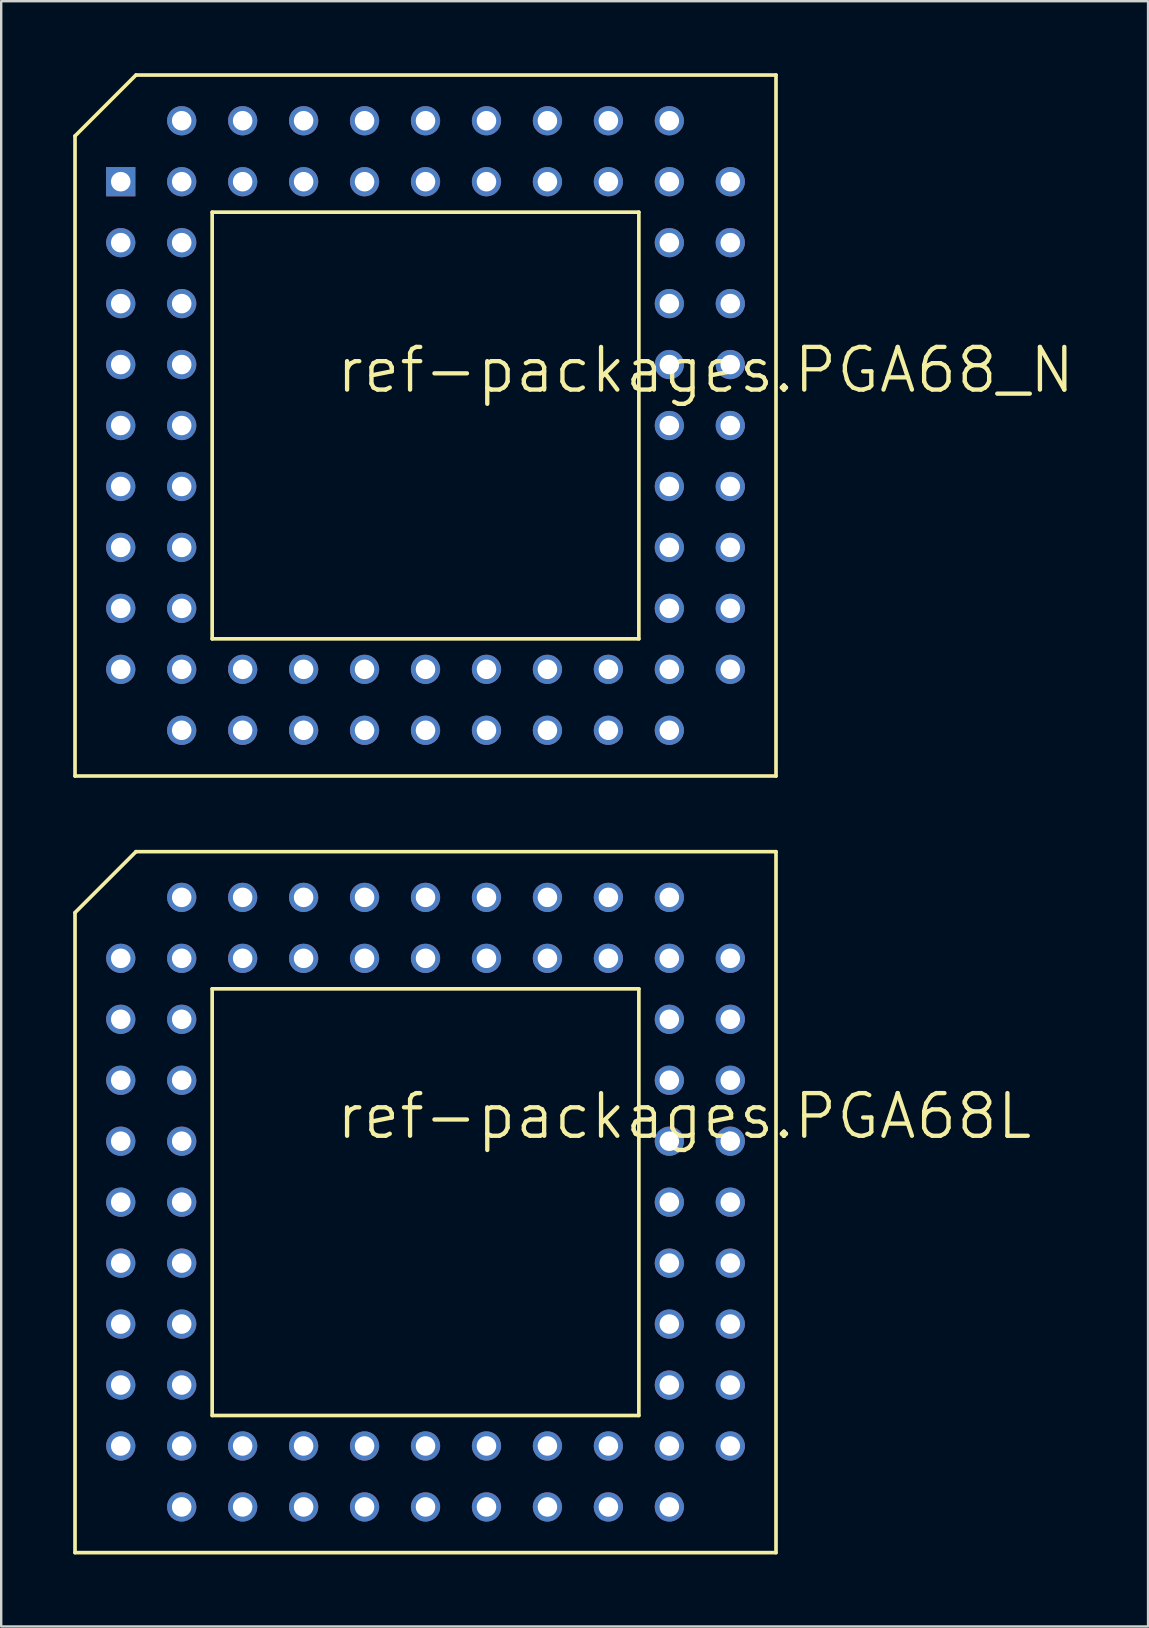
<source format=kicad_pcb>
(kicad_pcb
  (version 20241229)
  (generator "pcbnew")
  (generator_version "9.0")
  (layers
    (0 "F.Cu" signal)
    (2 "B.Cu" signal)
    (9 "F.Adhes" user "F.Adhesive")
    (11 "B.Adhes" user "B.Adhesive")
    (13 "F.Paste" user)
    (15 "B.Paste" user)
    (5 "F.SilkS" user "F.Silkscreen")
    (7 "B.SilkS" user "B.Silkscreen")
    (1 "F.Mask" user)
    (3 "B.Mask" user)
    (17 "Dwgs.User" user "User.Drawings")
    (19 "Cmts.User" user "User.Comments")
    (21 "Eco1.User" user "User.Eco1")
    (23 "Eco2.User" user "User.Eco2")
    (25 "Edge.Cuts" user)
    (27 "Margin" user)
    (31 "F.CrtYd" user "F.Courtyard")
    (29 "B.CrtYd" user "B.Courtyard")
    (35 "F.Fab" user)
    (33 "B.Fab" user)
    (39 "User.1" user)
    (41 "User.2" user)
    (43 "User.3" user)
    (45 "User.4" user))
  (footprint "ref-packages.PGA68_N"
    (layer "F.Cu")
    (at 14.681 14.681)
    (property "Reference" "ref-packages.PGA68_N" (at -3.81 -1.27 0) (layer "F.SilkS") (effects (font (size 1.778 1.778) (thickness 0.18)) (justify left bottom)))
    (attr through_hole)
    (fp_line (start -14.605 -12.065) (end -12.065 -14.605) (stroke (width 0.152) (type default)) (layer "F.SilkS"))
    (fp_line (start -14.605 14.605) (end -14.605 -12.065) (stroke (width 0.152) (type default)) (layer "F.SilkS"))
    (fp_line (start -12.065 -14.605) (end 14.605 -14.605) (stroke (width 0.152) (type default)) (layer "F.SilkS"))
    (fp_line (start -8.89 8.89) (end -8.89 -8.89) (stroke (width 0.152) (type default)) (layer "F.SilkS"))
    (fp_line (start -8.89 8.89) (end 8.89 8.89) (stroke (width 0.152) (type default)) (layer "F.SilkS"))
    (fp_line (start 8.89 -8.89) (end -8.89 -8.89) (stroke (width 0.152) (type default)) (layer "F.SilkS"))
    (fp_line (start 8.89 -8.89) (end 8.89 8.89) (stroke (width 0.152) (type default)) (layer "F.SilkS"))
    (fp_line (start 14.605 -14.605) (end 14.605 14.605) (stroke (width 0.152) (type default)) (layer "F.SilkS"))
    (fp_line (start 14.605 14.605) (end -14.605 14.605) (stroke (width 0.152) (type default)) (layer "F.SilkS"))
    (pad "1" thru_hole rect (at -12.7 -10.16 270) (size 1.219 1.219) (drill 0.813) (layers "*.Cu" "*.Mask"))
    (pad "2" thru_hole circle (at -10.16 -10.16 270) (size 1.219 1.219) (drill 0.813) (layers "*.Cu" "*.Mask"))
    (pad "3" thru_hole circle (at -12.7 -7.62 270) (size 1.219 1.219) (drill 0.813) (layers "*.Cu" "*.Mask"))
    (pad "4" thru_hole circle (at -10.16 -7.62 270) (size 1.219 1.219) (drill 0.813) (layers "*.Cu" "*.Mask"))
    (pad "5" thru_hole circle (at -12.7 -5.08 270) (size 1.219 1.219) (drill 0.813) (layers "*.Cu" "*.Mask"))
    (pad "6" thru_hole circle (at -10.16 -5.08 270) (size 1.219 1.219) (drill 0.813) (layers "*.Cu" "*.Mask"))
    (pad "7" thru_hole circle (at -12.7 -2.54 270) (size 1.219 1.219) (drill 0.813) (layers "*.Cu" "*.Mask"))
    (pad "8" thru_hole circle (at -10.16 -2.54 270) (size 1.219 1.219) (drill 0.813) (layers "*.Cu" "*.Mask"))
    (pad "9" thru_hole circle (at -12.7 0 270) (size 1.219 1.219) (drill 0.813) (layers "*.Cu" "*.Mask"))
    (pad "10" thru_hole circle (at -10.16 0 270) (size 1.219 1.219) (drill 0.813) (layers "*.Cu" "*.Mask"))
    (pad "11" thru_hole circle (at -12.7 2.54 270) (size 1.219 1.219) (drill 0.813) (layers "*.Cu" "*.Mask"))
    (pad "12" thru_hole circle (at -10.16 2.54 270) (size 1.219 1.219) (drill 0.813) (layers "*.Cu" "*.Mask"))
    (pad "13" thru_hole circle (at -12.7 5.08 270) (size 1.219 1.219) (drill 0.813) (layers "*.Cu" "*.Mask"))
    (pad "14" thru_hole circle (at -10.16 5.08 270) (size 1.219 1.219) (drill 0.813) (layers "*.Cu" "*.Mask"))
    (pad "15" thru_hole circle (at -12.7 7.62 270) (size 1.219 1.219) (drill 0.813) (layers "*.Cu" "*.Mask"))
    (pad "16" thru_hole circle (at -10.16 7.62 270) (size 1.219 1.219) (drill 0.813) (layers "*.Cu" "*.Mask"))
    (pad "17" thru_hole circle (at -12.7 10.16 270) (size 1.219 1.219) (drill 0.813) (layers "*.Cu" "*.Mask"))
    (pad "18" thru_hole circle (at -10.16 12.7 270) (size 1.219 1.219) (drill 0.813) (layers "*.Cu" "*.Mask"))
    (pad "19" thru_hole circle (at -10.16 10.16 270) (size 1.219 1.219) (drill 0.813) (layers "*.Cu" "*.Mask"))
    (pad "20" thru_hole circle (at -7.62 12.7 270) (size 1.219 1.219) (drill 0.813) (layers "*.Cu" "*.Mask"))
    (pad "21" thru_hole circle (at -7.62 10.16 270) (size 1.219 1.219) (drill 0.813) (layers "*.Cu" "*.Mask"))
    (pad "22" thru_hole circle (at -5.08 12.7 270) (size 1.219 1.219) (drill 0.813) (layers "*.Cu" "*.Mask"))
    (pad "23" thru_hole circle (at -5.08 10.16 270) (size 1.219 1.219) (drill 0.813) (layers "*.Cu" "*.Mask"))
    (pad "24" thru_hole circle (at -2.54 12.7 270) (size 1.219 1.219) (drill 0.813) (layers "*.Cu" "*.Mask"))
    (pad "25" thru_hole circle (at -2.54 10.16 270) (size 1.219 1.219) (drill 0.813) (layers "*.Cu" "*.Mask"))
    (pad "26" thru_hole circle (at 0 12.7 270) (size 1.219 1.219) (drill 0.813) (layers "*.Cu" "*.Mask"))
    (pad "27" thru_hole circle (at 0 10.16 270) (size 1.219 1.219) (drill 0.813) (layers "*.Cu" "*.Mask"))
    (pad "28" thru_hole circle (at 2.54 12.7 270) (size 1.219 1.219) (drill 0.813) (layers "*.Cu" "*.Mask"))
    (pad "29" thru_hole circle (at 2.54 10.16 270) (size 1.219 1.219) (drill 0.813) (layers "*.Cu" "*.Mask"))
    (pad "30" thru_hole circle (at 5.08 12.7 270) (size 1.219 1.219) (drill 0.813) (layers "*.Cu" "*.Mask"))
    (pad "31" thru_hole circle (at 5.08 10.16 270) (size 1.219 1.219) (drill 0.813) (layers "*.Cu" "*.Mask"))
    (pad "32" thru_hole circle (at 7.62 12.7 270) (size 1.219 1.219) (drill 0.813) (layers "*.Cu" "*.Mask"))
    (pad "33" thru_hole circle (at 7.62 10.16 270) (size 1.219 1.219) (drill 0.813) (layers "*.Cu" "*.Mask"))
    (pad "34" thru_hole circle (at 10.16 12.7 270) (size 1.219 1.219) (drill 0.813) (layers "*.Cu" "*.Mask"))
    (pad "35" thru_hole circle (at 12.7 10.16 270) (size 1.219 1.219) (drill 0.813) (layers "*.Cu" "*.Mask"))
    (pad "36" thru_hole circle (at 10.16 10.16 270) (size 1.219 1.219) (drill 0.813) (layers "*.Cu" "*.Mask"))
    (pad "37" thru_hole circle (at 12.7 7.62 270) (size 1.219 1.219) (drill 0.813) (layers "*.Cu" "*.Mask"))
    (pad "38" thru_hole circle (at 10.16 7.62 270) (size 1.219 1.219) (drill 0.813) (layers "*.Cu" "*.Mask"))
    (pad "39" thru_hole circle (at 12.7 5.08 270) (size 1.219 1.219) (drill 0.813) (layers "*.Cu" "*.Mask"))
    (pad "40" thru_hole circle (at 10.16 5.08 270) (size 1.219 1.219) (drill 0.813) (layers "*.Cu" "*.Mask"))
    (pad "41" thru_hole circle (at 12.7 2.54 270) (size 1.219 1.219) (drill 0.813) (layers "*.Cu" "*.Mask"))
    (pad "42" thru_hole circle (at 10.16 2.54 270) (size 1.219 1.219) (drill 0.813) (layers "*.Cu" "*.Mask"))
    (pad "43" thru_hole circle (at 12.7 0 270) (size 1.219 1.219) (drill 0.813) (layers "*.Cu" "*.Mask"))
    (pad "44" thru_hole circle (at 10.16 0 270) (size 1.219 1.219) (drill 0.813) (layers "*.Cu" "*.Mask"))
    (pad "45" thru_hole circle (at 12.7 -2.54 270) (size 1.219 1.219) (drill 0.813) (layers "*.Cu" "*.Mask"))
    (pad "46" thru_hole circle (at 10.16 -2.54 270) (size 1.219 1.219) (drill 0.813) (layers "*.Cu" "*.Mask"))
    (pad "47" thru_hole circle (at 12.7 -5.08 270) (size 1.219 1.219) (drill 0.813) (layers "*.Cu" "*.Mask"))
    (pad "48" thru_hole circle (at 10.16 -5.08 270) (size 1.219 1.219) (drill 0.813) (layers "*.Cu" "*.Mask"))
    (pad "49" thru_hole circle (at 12.7 -7.62 270) (size 1.219 1.219) (drill 0.813) (layers "*.Cu" "*.Mask"))
    (pad "50" thru_hole circle (at 10.16 -7.62 270) (size 1.219 1.219) (drill 0.813) (layers "*.Cu" "*.Mask"))
    (pad "51" thru_hole circle (at 12.7 -10.16 270) (size 1.219 1.219) (drill 0.813) (layers "*.Cu" "*.Mask"))
    (pad "52" thru_hole circle (at 10.16 -12.7 270) (size 1.219 1.219) (drill 0.813) (layers "*.Cu" "*.Mask"))
    (pad "53" thru_hole circle (at 10.16 -10.16 270) (size 1.219 1.219) (drill 0.813) (layers "*.Cu" "*.Mask"))
    (pad "54" thru_hole circle (at 7.62 -12.7 270) (size 1.219 1.219) (drill 0.813) (layers "*.Cu" "*.Mask"))
    (pad "55" thru_hole circle (at 7.62 -10.16 270) (size 1.219 1.219) (drill 0.813) (layers "*.Cu" "*.Mask"))
    (pad "56" thru_hole circle (at 5.08 -12.7 270) (size 1.219 1.219) (drill 0.813) (layers "*.Cu" "*.Mask"))
    (pad "57" thru_hole circle (at 5.08 -10.16 270) (size 1.219 1.219) (drill 0.813) (layers "*.Cu" "*.Mask"))
    (pad "58" thru_hole circle (at 2.54 -12.7 270) (size 1.219 1.219) (drill 0.813) (layers "*.Cu" "*.Mask"))
    (pad "59" thru_hole circle (at 2.54 -10.16 270) (size 1.219 1.219) (drill 0.813) (layers "*.Cu" "*.Mask"))
    (pad "60" thru_hole circle (at 0 -12.7 270) (size 1.219 1.219) (drill 0.813) (layers "*.Cu" "*.Mask"))
    (pad "61" thru_hole circle (at 0 -10.16 270) (size 1.219 1.219) (drill 0.813) (layers "*.Cu" "*.Mask"))
    (pad "62" thru_hole circle (at -2.54 -12.7 270) (size 1.219 1.219) (drill 0.813) (layers "*.Cu" "*.Mask"))
    (pad "63" thru_hole circle (at -2.54 -10.16 270) (size 1.219 1.219) (drill 0.813) (layers "*.Cu" "*.Mask"))
    (pad "64" thru_hole circle (at -5.08 -12.7 270) (size 1.219 1.219) (drill 0.813) (layers "*.Cu" "*.Mask"))
    (pad "65" thru_hole circle (at -5.08 -10.16 270) (size 1.219 1.219) (drill 0.813) (layers "*.Cu" "*.Mask"))
    (pad "66" thru_hole circle (at -7.62 -12.7 270) (size 1.219 1.219) (drill 0.813) (layers "*.Cu" "*.Mask"))
    (pad "67" thru_hole circle (at -7.62 -10.16 270) (size 1.219 1.219) (drill 0.813) (layers "*.Cu" "*.Mask"))
    (pad "68" thru_hole circle (at -10.16 -12.7 270) (size 1.219 1.219) (drill 0.813) (layers "*.Cu" "*.Mask")))
  (footprint "ref-packages.PGA68L"
    (layer "F.Cu")
    (at 14.681 47.044)
    (property "Reference" "ref-packages.PGA68L" (at -3.81 -2.54 0) (layer "F.SilkS") (effects (font (size 1.778 1.778) (thickness 0.18)) (justify left bottom)))
    (attr through_hole)
    (fp_line (start -14.605 -12.065) (end -12.065 -14.605) (stroke (width 0.152) (type default)) (layer "F.SilkS"))
    (fp_line (start -14.605 14.605) (end -14.605 -12.065) (stroke (width 0.152) (type default)) (layer "F.SilkS"))
    (fp_line (start -12.065 -14.605) (end 14.605 -14.605) (stroke (width 0.152) (type default)) (layer "F.SilkS"))
    (fp_line (start -8.89 -8.89) (end -8.89 8.89) (stroke (width 0.152) (type default)) (layer "F.SilkS"))
    (fp_line (start -8.89 -8.89) (end 8.89 -8.89) (stroke (width 0.152) (type default)) (layer "F.SilkS"))
    (fp_line (start 8.89 8.89) (end -8.89 8.89) (stroke (width 0.152) (type default)) (layer "F.SilkS"))
    (fp_line (start 8.89 8.89) (end 8.89 -8.89) (stroke (width 0.152) (type default)) (layer "F.SilkS"))
    (fp_line (start 14.605 -14.605) (end 14.605 14.605) (stroke (width 0.152) (type default)) (layer "F.SilkS"))
    (fp_line (start 14.605 14.605) (end -14.605 14.605) (stroke (width 0.152) (type default)) (layer "F.SilkS"))
    (pad "A02" thru_hole circle (at -10.16 -12.7 90) (size 1.219 1.219) (drill 0.813) (layers "*.Cu" "*.Mask"))
    (pad "A03" thru_hole circle (at -7.62 -12.7 90) (size 1.219 1.219) (drill 0.813) (layers "*.Cu" "*.Mask"))
    (pad "A04" thru_hole circle (at -5.08 -12.7 90) (size 1.219 1.219) (drill 0.813) (layers "*.Cu" "*.Mask"))
    (pad "A05" thru_hole circle (at -2.54 -12.7 90) (size 1.219 1.219) (drill 0.813) (layers "*.Cu" "*.Mask"))
    (pad "A06" thru_hole circle (at 0 -12.7 90) (size 1.219 1.219) (drill 0.813) (layers "*.Cu" "*.Mask"))
    (pad "A07" thru_hole circle (at 2.54 -12.7 90) (size 1.219 1.219) (drill 0.813) (layers "*.Cu" "*.Mask"))
    (pad "A08" thru_hole circle (at 5.08 -12.7 90) (size 1.219 1.219) (drill 0.813) (layers "*.Cu" "*.Mask"))
    (pad "A09" thru_hole circle (at 7.62 -12.7 90) (size 1.219 1.219) (drill 0.813) (layers "*.Cu" "*.Mask"))
    (pad "A10" thru_hole circle (at 10.16 -12.7 90) (size 1.219 1.219) (drill 0.813) (layers "*.Cu" "*.Mask"))
    (pad "B01" thru_hole circle (at -12.7 -10.16 90) (size 1.219 1.219) (drill 0.813) (layers "*.Cu" "*.Mask"))
    (pad "B02" thru_hole circle (at -10.16 -10.16 90) (size 1.219 1.219) (drill 0.813) (layers "*.Cu" "*.Mask"))
    (pad "B03" thru_hole circle (at -7.62 -10.16 90) (size 1.219 1.219) (drill 0.813) (layers "*.Cu" "*.Mask"))
    (pad "B04" thru_hole circle (at -5.08 -10.16 90) (size 1.219 1.219) (drill 0.813) (layers "*.Cu" "*.Mask"))
    (pad "B05" thru_hole circle (at -2.54 -10.16 90) (size 1.219 1.219) (drill 0.813) (layers "*.Cu" "*.Mask"))
    (pad "B06" thru_hole circle (at 0 -10.16 90) (size 1.219 1.219) (drill 0.813) (layers "*.Cu" "*.Mask"))
    (pad "B07" thru_hole circle (at 2.54 -10.16 90) (size 1.219 1.219) (drill 0.813) (layers "*.Cu" "*.Mask"))
    (pad "B08" thru_hole circle (at 5.08 -10.16 90) (size 1.219 1.219) (drill 0.813) (layers "*.Cu" "*.Mask"))
    (pad "B09" thru_hole circle (at 7.62 -10.16 90) (size 1.219 1.219) (drill 0.813) (layers "*.Cu" "*.Mask"))
    (pad "B10" thru_hole circle (at 10.16 -10.16 90) (size 1.219 1.219) (drill 0.813) (layers "*.Cu" "*.Mask"))
    (pad "B11" thru_hole circle (at 12.7 -10.16 90) (size 1.219 1.219) (drill 0.813) (layers "*.Cu" "*.Mask"))
    (pad "C01" thru_hole circle (at -12.7 -7.62 90) (size 1.219 1.219) (drill 0.813) (layers "*.Cu" "*.Mask"))
    (pad "C02" thru_hole circle (at -10.16 -7.62 90) (size 1.219 1.219) (drill 0.813) (layers "*.Cu" "*.Mask"))
    (pad "C10" thru_hole circle (at 10.16 -7.62 90) (size 1.219 1.219) (drill 0.813) (layers "*.Cu" "*.Mask"))
    (pad "C11" thru_hole circle (at 12.7 -7.62 90) (size 1.219 1.219) (drill 0.813) (layers "*.Cu" "*.Mask"))
    (pad "D01" thru_hole circle (at -12.7 -5.08 90) (size 1.219 1.219) (drill 0.813) (layers "*.Cu" "*.Mask"))
    (pad "D02" thru_hole circle (at -10.16 -5.08 90) (size 1.219 1.219) (drill 0.813) (layers "*.Cu" "*.Mask"))
    (pad "D10" thru_hole circle (at 10.16 -5.08 90) (size 1.219 1.219) (drill 0.813) (layers "*.Cu" "*.Mask"))
    (pad "D11" thru_hole circle (at 12.7 -5.08 90) (size 1.219 1.219) (drill 0.813) (layers "*.Cu" "*.Mask"))
    (pad "E01" thru_hole circle (at -12.7 -2.54 90) (size 1.219 1.219) (drill 0.813) (layers "*.Cu" "*.Mask"))
    (pad "E02" thru_hole circle (at -10.16 -2.54 90) (size 1.219 1.219) (drill 0.813) (layers "*.Cu" "*.Mask"))
    (pad "E10" thru_hole circle (at 10.16 -2.54 90) (size 1.219 1.219) (drill 0.813) (layers "*.Cu" "*.Mask"))
    (pad "E11" thru_hole circle (at 12.7 -2.54 90) (size 1.219 1.219) (drill 0.813) (layers "*.Cu" "*.Mask"))
    (pad "F01" thru_hole circle (at -12.7 0 90) (size 1.219 1.219) (drill 0.813) (layers "*.Cu" "*.Mask"))
    (pad "F02" thru_hole circle (at -10.16 0 90) (size 1.219 1.219) (drill 0.813) (layers "*.Cu" "*.Mask"))
    (pad "F10" thru_hole circle (at 10.16 0 90) (size 1.219 1.219) (drill 0.813) (layers "*.Cu" "*.Mask"))
    (pad "F11" thru_hole circle (at 12.7 0 90) (size 1.219 1.219) (drill 0.813) (layers "*.Cu" "*.Mask"))
    (pad "G01" thru_hole circle (at -12.7 2.54 90) (size 1.219 1.219) (drill 0.813) (layers "*.Cu" "*.Mask"))
    (pad "G02" thru_hole circle (at -10.16 2.54 90) (size 1.219 1.219) (drill 0.813) (layers "*.Cu" "*.Mask"))
    (pad "G10" thru_hole circle (at 10.16 2.54 90) (size 1.219 1.219) (drill 0.813) (layers "*.Cu" "*.Mask"))
    (pad "G11" thru_hole circle (at 12.7 2.54 90) (size 1.219 1.219) (drill 0.813) (layers "*.Cu" "*.Mask"))
    (pad "H01" thru_hole circle (at -12.7 5.08 90) (size 1.219 1.219) (drill 0.813) (layers "*.Cu" "*.Mask"))
    (pad "H02" thru_hole circle (at -10.16 5.08 90) (size 1.219 1.219) (drill 0.813) (layers "*.Cu" "*.Mask"))
    (pad "H10" thru_hole circle (at 10.16 5.08 90) (size 1.219 1.219) (drill 0.813) (layers "*.Cu" "*.Mask"))
    (pad "H11" thru_hole circle (at 12.7 5.08 90) (size 1.219 1.219) (drill 0.813) (layers "*.Cu" "*.Mask"))
    (pad "J01" thru_hole circle (at -12.7 7.62 90) (size 1.219 1.219) (drill 0.813) (layers "*.Cu" "*.Mask"))
    (pad "J02" thru_hole circle (at -10.16 7.62 90) (size 1.219 1.219) (drill 0.813) (layers "*.Cu" "*.Mask"))
    (pad "J10" thru_hole circle (at 10.16 7.62 90) (size 1.219 1.219) (drill 0.813) (layers "*.Cu" "*.Mask"))
    (pad "J11" thru_hole circle (at 12.7 7.62 90) (size 1.219 1.219) (drill 0.813) (layers "*.Cu" "*.Mask"))
    (pad "K01" thru_hole circle (at -12.7 10.16 90) (size 1.219 1.219) (drill 0.813) (layers "*.Cu" "*.Mask"))
    (pad "K02" thru_hole circle (at -10.16 10.16 90) (size 1.219 1.219) (drill 0.813) (layers "*.Cu" "*.Mask"))
    (pad "K03" thru_hole circle (at -7.62 10.16 90) (size 1.219 1.219) (drill 0.813) (layers "*.Cu" "*.Mask"))
    (pad "K04" thru_hole circle (at -5.08 10.16 90) (size 1.219 1.219) (drill 0.813) (layers "*.Cu" "*.Mask"))
    (pad "K05" thru_hole circle (at -2.54 10.16 90) (size 1.219 1.219) (drill 0.813) (layers "*.Cu" "*.Mask"))
    (pad "K06" thru_hole circle (at 0 10.16 90) (size 1.219 1.219) (drill 0.813) (layers "*.Cu" "*.Mask"))
    (pad "K07" thru_hole circle (at 2.54 10.16 90) (size 1.219 1.219) (drill 0.813) (layers "*.Cu" "*.Mask"))
    (pad "K08" thru_hole circle (at 5.08 10.16 90) (size 1.219 1.219) (drill 0.813) (layers "*.Cu" "*.Mask"))
    (pad "K09" thru_hole circle (at 7.62 10.16 90) (size 1.219 1.219) (drill 0.813) (layers "*.Cu" "*.Mask"))
    (pad "K10" thru_hole circle (at 10.16 10.16 90) (size 1.219 1.219) (drill 0.813) (layers "*.Cu" "*.Mask"))
    (pad "K11" thru_hole circle (at 12.7 10.16 90) (size 1.219 1.219) (drill 0.813) (layers "*.Cu" "*.Mask"))
    (pad "L02" thru_hole circle (at -10.16 12.7 90) (size 1.219 1.219) (drill 0.813) (layers "*.Cu" "*.Mask"))
    (pad "L03" thru_hole circle (at -7.62 12.7 90) (size 1.219 1.219) (drill 0.813) (layers "*.Cu" "*.Mask"))
    (pad "L04" thru_hole circle (at -5.08 12.7 90) (size 1.219 1.219) (drill 0.813) (layers "*.Cu" "*.Mask"))
    (pad "L05" thru_hole circle (at -2.54 12.7 90) (size 1.219 1.219) (drill 0.813) (layers "*.Cu" "*.Mask"))
    (pad "L06" thru_hole circle (at 0 12.7 90) (size 1.219 1.219) (drill 0.813) (layers "*.Cu" "*.Mask"))
    (pad "L07" thru_hole circle (at 2.54 12.7 90) (size 1.219 1.219) (drill 0.813) (layers "*.Cu" "*.Mask"))
    (pad "L08" thru_hole circle (at 5.08 12.7 90) (size 1.219 1.219) (drill 0.813) (layers "*.Cu" "*.Mask"))
    (pad "L09" thru_hole circle (at 7.62 12.7 90) (size 1.219 1.219) (drill 0.813) (layers "*.Cu" "*.Mask"))
    (pad "L10" thru_hole circle (at 10.16 12.7 90) (size 1.219 1.219) (drill 0.813) (layers "*.Cu" "*.Mask")))
  (gr_rect
    (start -3 -3)
    (end 44.79 64.725)
    (stroke (width 0.1) (type default))
    (fill no)
    (layer "Edge.Cuts")))
</source>
